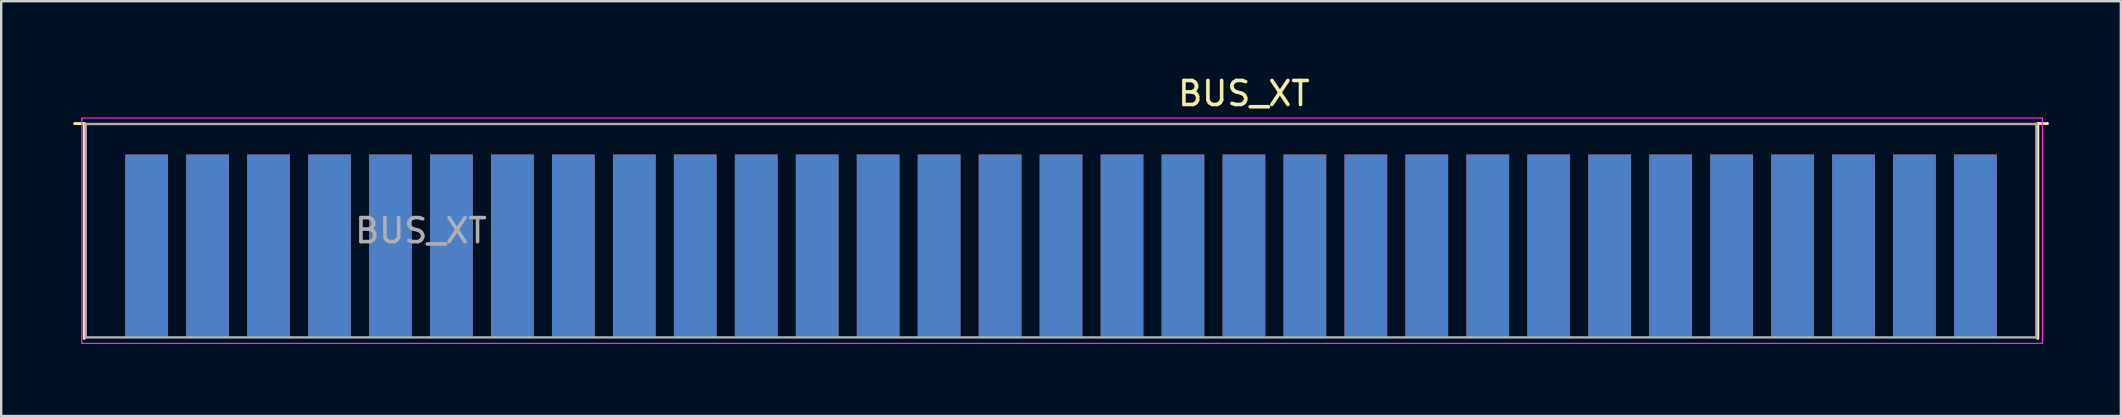
<source format=kicad_pcb>
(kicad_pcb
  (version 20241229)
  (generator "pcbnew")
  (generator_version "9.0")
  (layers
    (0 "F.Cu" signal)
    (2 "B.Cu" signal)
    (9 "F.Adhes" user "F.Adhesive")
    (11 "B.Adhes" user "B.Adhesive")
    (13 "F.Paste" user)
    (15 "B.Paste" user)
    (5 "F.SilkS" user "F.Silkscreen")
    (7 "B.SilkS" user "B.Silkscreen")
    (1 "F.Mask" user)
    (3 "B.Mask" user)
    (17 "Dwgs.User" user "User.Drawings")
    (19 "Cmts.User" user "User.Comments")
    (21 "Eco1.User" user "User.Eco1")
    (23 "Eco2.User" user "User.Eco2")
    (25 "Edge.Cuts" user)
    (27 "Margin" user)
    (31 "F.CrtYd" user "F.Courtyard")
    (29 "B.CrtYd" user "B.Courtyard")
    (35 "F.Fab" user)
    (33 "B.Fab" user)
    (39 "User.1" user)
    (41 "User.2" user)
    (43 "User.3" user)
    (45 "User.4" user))
  (footprint "BUS_XT"
    (layer "F.Cu")
    (at 79.26 7.198)
    (property "Reference" "BUS_XT" (at -30.48 -6.35 0) (layer "F.SilkS") (effects (font (size 1 1) (thickness 0.15))))
    (attr through_hole)
    (fp_line (start -78.8 -5.1) (end -79.2 -5.1) (stroke (width 0.12) (type solid)) (layer "F.SilkS"))
    (fp_line (start -78.8 3.85) (end -78.8 -5.1) (stroke (width 0.12) (type solid)) (layer "F.SilkS"))
    (fp_line (start 2.6 -5.1) (end 3 -5.1) (stroke (width 0.12) (type solid)) (layer "F.SilkS"))
    (fp_line (start 2.6 3.85) (end 2.6 -5.1) (stroke (width 0.12) (type solid)) (layer "F.SilkS"))
    (fp_line (start -78.9 -5.33) (end -78.9 4.06) (stroke (width 0.05) (type solid)) (layer "F.CrtYd"))
    (fp_line (start -78.9 -5.33) (end 2.79 -5.33) (stroke (width 0.05) (type solid)) (layer "F.CrtYd"))
    (fp_line (start 2.79 4.06) (end -78.9 4.06) (stroke (width 0.05) (type solid)) (layer "F.CrtYd"))
    (fp_line (start 2.79 4.06) (end 2.79 -5.33) (stroke (width 0.05) (type solid)) (layer "F.CrtYd"))
    (fp_line (start -78.74 -5.08) (end 2.54 -5.08) (stroke (width 0.1) (type solid)) (layer "F.Fab"))
    (fp_line (start -78.74 3.81) (end -78.74 -5.08) (stroke (width 0.1) (type solid)) (layer "F.Fab"))
    (fp_line (start 2.54 -5.08) (end 2.54 3.81) (stroke (width 0.1) (type solid)) (layer "F.Fab"))
    (fp_line (start 2.54 3.81) (end -78.74 3.81) (stroke (width 0.1) (type solid)) (layer "F.Fab"))
    (fp_text user "${REFERENCE}" (at -64.77 -0.635 0) (layer "F.Fab") (effects (font (size 1 1) (thickness 0.15))))
    (pad "1" connect rect (at 0 0) (size 1.78 7.62) (layers "B.Cu" "B.Mask"))
    (pad "2" connect rect (at -2.54 0) (size 1.78 7.62) (layers "B.Cu" "B.Mask"))
    (pad "3" connect rect (at -5.08 0) (size 1.78 7.62) (layers "B.Cu" "B.Mask"))
    (pad "4" connect rect (at -7.62 0) (size 1.78 7.62) (layers "B.Cu" "B.Mask"))
    (pad "5" connect rect (at -10.16 0) (size 1.78 7.62) (layers "B.Cu" "B.Mask"))
    (pad "6" connect rect (at -12.7 0) (size 1.78 7.62) (layers "B.Cu" "B.Mask"))
    (pad "7" connect rect (at -15.24 0) (size 1.78 7.62) (layers "B.Cu" "B.Mask"))
    (pad "8" connect rect (at -17.78 0) (size 1.78 7.62) (layers "B.Cu" "B.Mask"))
    (pad "9" connect rect (at -20.32 0) (size 1.78 7.62) (layers "B.Cu" "B.Mask"))
    (pad "10" connect rect (at -22.86 0) (size 1.78 7.62) (layers "B.Cu" "B.Mask"))
    (pad "11" connect rect (at -25.4 0) (size 1.78 7.62) (layers "B.Cu" "B.Mask"))
    (pad "12" connect rect (at -27.94 0) (size 1.78 7.62) (layers "B.Cu" "B.Mask"))
    (pad "13" connect rect (at -30.48 0) (size 1.78 7.62) (layers "B.Cu" "B.Mask"))
    (pad "14" connect rect (at -33.02 0) (size 1.78 7.62) (layers "B.Cu" "B.Mask"))
    (pad "15" connect rect (at -35.56 0) (size 1.78 7.62) (layers "B.Cu" "B.Mask"))
    (pad "16" connect rect (at -38.1 0) (size 1.78 7.62) (layers "B.Cu" "B.Mask"))
    (pad "17" connect rect (at -40.64 0) (size 1.78 7.62) (layers "B.Cu" "B.Mask"))
    (pad "18" connect rect (at -43.18 0) (size 1.78 7.62) (layers "B.Cu" "B.Mask"))
    (pad "19" connect rect (at -45.72 0) (size 1.78 7.62) (layers "B.Cu" "B.Mask"))
    (pad "20" connect rect (at -48.26 0) (size 1.78 7.62) (layers "B.Cu" "B.Mask"))
    (pad "21" connect rect (at -50.8 0) (size 1.78 7.62) (layers "B.Cu" "B.Mask"))
    (pad "22" connect rect (at -53.34 0) (size 1.78 7.62) (layers "B.Cu" "B.Mask"))
    (pad "23" connect rect (at -55.88 0) (size 1.78 7.62) (layers "B.Cu" "B.Mask"))
    (pad "24" connect rect (at -58.42 0) (size 1.78 7.62) (layers "B.Cu" "B.Mask"))
    (pad "25" connect rect (at -60.96 0) (size 1.78 7.62) (layers "B.Cu" "B.Mask"))
    (pad "26" connect rect (at -63.5 0) (size 1.78 7.62) (layers "B.Cu" "B.Mask"))
    (pad "27" connect rect (at -66.04 0) (size 1.78 7.62) (layers "B.Cu" "B.Mask"))
    (pad "28" connect rect (at -68.58 0) (size 1.78 7.62) (layers "B.Cu" "B.Mask"))
    (pad "29" connect rect (at -71.12 0) (size 1.78 7.62) (layers "B.Cu" "B.Mask"))
    (pad "30" connect rect (at -73.66 0) (size 1.78 7.62) (layers "B.Cu" "B.Mask"))
    (pad "31" connect rect (at -76.2 0) (size 1.78 7.62) (layers "B.Cu" "B.Mask"))
    (pad "32" connect rect (at 0 0) (size 1.78 7.62) (layers "F.Cu" "F.Mask"))
    (pad "33" connect rect (at -2.54 0) (size 1.78 7.62) (layers "F.Cu" "F.Mask"))
    (pad "34" connect rect (at -5.08 0) (size 1.78 7.62) (layers "F.Cu" "F.Mask"))
    (pad "35" connect rect (at -7.62 0) (size 1.78 7.62) (layers "F.Cu" "F.Mask"))
    (pad "36" connect rect (at -10.16 0) (size 1.78 7.62) (layers "F.Cu" "F.Mask"))
    (pad "37" connect rect (at -12.7 0) (size 1.78 7.62) (layers "F.Cu" "F.Mask"))
    (pad "38" connect rect (at -15.24 0) (size 1.78 7.62) (layers "F.Cu" "F.Mask"))
    (pad "39" connect rect (at -17.78 0) (size 1.78 7.62) (layers "F.Cu" "F.Mask"))
    (pad "40" connect rect (at -20.32 0) (size 1.78 7.62) (layers "F.Cu" "F.Mask"))
    (pad "41" connect rect (at -22.86 0) (size 1.78 7.62) (layers "F.Cu" "F.Mask"))
    (pad "42" connect rect (at -25.4 0) (size 1.78 7.62) (layers "F.Cu" "F.Mask"))
    (pad "43" connect rect (at -27.94 0) (size 1.78 7.62) (layers "F.Cu" "F.Mask"))
    (pad "44" connect rect (at -30.48 0) (size 1.78 7.62) (layers "F.Cu" "F.Mask"))
    (pad "45" connect rect (at -33.02 0) (size 1.78 7.62) (layers "F.Cu" "F.Mask"))
    (pad "46" connect rect (at -35.56 0) (size 1.78 7.62) (layers "F.Cu" "F.Mask"))
    (pad "47" connect rect (at -38.1 0) (size 1.78 7.62) (layers "F.Cu" "F.Mask"))
    (pad "48" connect rect (at -40.64 0) (size 1.78 7.62) (layers "F.Cu" "F.Mask"))
    (pad "49" connect rect (at -43.18 0) (size 1.78 7.62) (layers "F.Cu" "F.Mask"))
    (pad "50" connect rect (at -45.72 0) (size 1.78 7.62) (layers "F.Cu" "F.Mask"))
    (pad "51" connect rect (at -48.26 0) (size 1.78 7.62) (layers "F.Cu" "F.Mask"))
    (pad "52" connect rect (at -50.8 0) (size 1.78 7.62) (layers "F.Cu" "F.Mask"))
    (pad "53" connect rect (at -53.34 0) (size 1.78 7.62) (layers "F.Cu" "F.Mask"))
    (pad "54" connect rect (at -55.88 0) (size 1.78 7.62) (layers "F.Cu" "F.Mask"))
    (pad "55" connect rect (at -58.42 0) (size 1.78 7.62) (layers "F.Cu" "F.Mask"))
    (pad "56" connect rect (at -60.96 0) (size 1.78 7.62) (layers "F.Cu" "F.Mask"))
    (pad "57" connect rect (at -63.5 0) (size 1.78 7.62) (layers "F.Cu" "F.Mask"))
    (pad "58" connect rect (at -66.04 0) (size 1.78 7.62) (layers "F.Cu" "F.Mask"))
    (pad "59" connect rect (at -68.58 0) (size 1.78 7.62) (layers "F.Cu" "F.Mask"))
    (pad "60" connect rect (at -71.12 0) (size 1.78 7.62) (layers "F.Cu" "F.Mask"))
    (pad "61" connect rect (at -73.66 0) (size 1.78 7.62) (layers "F.Cu" "F.Mask"))
    (pad "62" connect rect (at -76.2 0) (size 1.78 7.62) (layers "F.Cu" "F.Mask")))
  (gr_rect
    (start -3 -3)
    (end 85.32 14.283)
    (stroke (width 0.1) (type default))
    (fill no)
    (layer "Edge.Cuts")))
</source>
